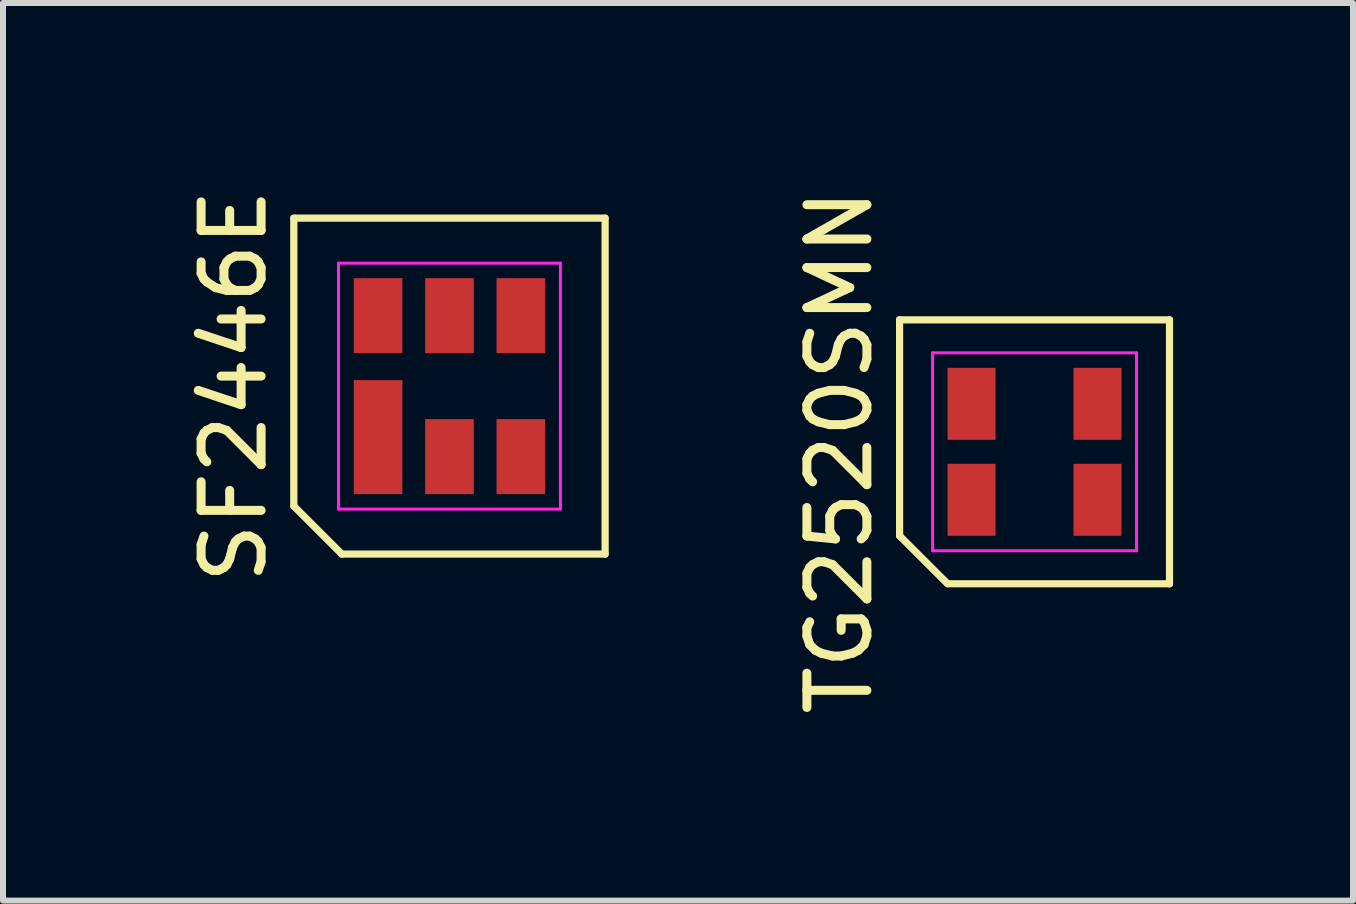
<source format=kicad_pcb>
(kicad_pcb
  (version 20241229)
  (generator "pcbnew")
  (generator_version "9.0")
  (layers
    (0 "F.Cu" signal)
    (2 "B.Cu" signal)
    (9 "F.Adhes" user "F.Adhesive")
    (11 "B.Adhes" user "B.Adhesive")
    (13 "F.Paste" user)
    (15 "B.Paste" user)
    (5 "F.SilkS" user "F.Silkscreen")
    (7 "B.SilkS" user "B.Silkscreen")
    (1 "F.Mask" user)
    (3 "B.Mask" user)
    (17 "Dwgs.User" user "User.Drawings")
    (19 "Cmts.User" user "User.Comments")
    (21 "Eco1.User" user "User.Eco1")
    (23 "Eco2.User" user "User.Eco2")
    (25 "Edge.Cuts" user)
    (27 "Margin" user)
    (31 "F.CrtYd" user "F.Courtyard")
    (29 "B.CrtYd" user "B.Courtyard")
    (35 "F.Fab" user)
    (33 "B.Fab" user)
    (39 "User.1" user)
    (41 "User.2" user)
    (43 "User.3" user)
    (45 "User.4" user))
  (footprint "SF2446E"
    (layer "F.Cu")
    (at 4.443 3.387)
    (property "Reference" "SF2446E" (at -3.595 0 90) (layer "F.SilkS") (effects (font (size 1 1) (thickness 0.15))))
    (attr smd)
    (fp_line (start -2.595 -2.8) (end 2.595 -2.8) (stroke (width 0.12) (type solid)) (layer "F.SilkS"))
    (fp_line (start -2.595 2) (end -2.595 -2.8) (stroke (width 0.12) (type solid)) (layer "F.SilkS"))
    (fp_line (start -1.795 2.8) (end -2.595 2) (stroke (width 0.12) (type solid)) (layer "F.SilkS"))
    (fp_line (start 2.595 -2.8) (end 2.595 2.8) (stroke (width 0.12) (type solid)) (layer "F.SilkS"))
    (fp_line (start 2.595 2.8) (end -1.795 2.8) (stroke (width 0.12) (type solid)) (layer "F.SilkS"))
    (fp_line (start -1.85 -2.05) (end 1.85 -2.05) (stroke (width 0.05) (type solid)) (layer "F.CrtYd"))
    (fp_line (start -1.85 2.05) (end -1.85 -2.05) (stroke (width 0.05) (type solid)) (layer "F.CrtYd"))
    (fp_line (start 1.85 -2.05) (end 1.85 2.05) (stroke (width 0.05) (type solid)) (layer "F.CrtYd"))
    (fp_line (start 1.85 2.05) (end -1.85 2.05) (stroke (width 0.05) (type solid)) (layer "F.CrtYd"))
    (pad "1" smd rect (at -1.19 0.85) (size 0.81 1.9) (layers "F.Cu" "F.Mask" "F.Paste"))
    (pad "2" smd rect (at 0 1.175) (size 0.81 1.25) (layers "F.Cu" "F.Mask" "F.Paste"))
    (pad "3" smd rect (at 1.19 1.175) (size 0.81 1.25) (layers "F.Cu" "F.Mask" "F.Paste"))
    (pad "4" smd rect (at 1.19 -1.175) (size 0.81 1.25) (layers "F.Cu" "F.Mask" "F.Paste"))
    (pad "5" smd rect (at 0 -1.175) (size 0.81 1.25) (layers "F.Cu" "F.Mask" "F.Paste"))
    (pad "6" smd rect (at -1.19 -1.175) (size 0.81 1.25) (layers "F.Cu" "F.Mask" "F.Paste")))
  (footprint "TG2520SMN"
    (layer "F.Cu")
    (at 14.197 4.482)
    (property "Reference" "TG2520SMN" (at -3.25 0 90) (layer "F.SilkS") (effects (font (size 1 1) (thickness 0.15))))
    (attr smd)
    (fp_line (start -2.25 -2.2) (end 2.25 -2.2) (stroke (width 0.12) (type solid)) (layer "F.SilkS"))
    (fp_line (start -2.25 1.4) (end -2.25 -2.2) (stroke (width 0.12) (type solid)) (layer "F.SilkS"))
    (fp_line (start -1.45 2.2) (end -2.25 1.4) (stroke (width 0.12) (type solid)) (layer "F.SilkS"))
    (fp_line (start 2.25 -2.2) (end 2.25 2.2) (stroke (width 0.12) (type solid)) (layer "F.SilkS"))
    (fp_line (start 2.25 2.2) (end -1.45 2.2) (stroke (width 0.12) (type solid)) (layer "F.SilkS"))
    (fp_line (start -1.7 -1.65) (end 1.7 -1.65) (stroke (width 0.05) (type solid)) (layer "F.CrtYd"))
    (fp_line (start -1.7 1.65) (end -1.7 -1.65) (stroke (width 0.05) (type solid)) (layer "F.CrtYd"))
    (fp_line (start 1.7 -1.65) (end 1.7 1.65) (stroke (width 0.05) (type solid)) (layer "F.CrtYd"))
    (fp_line (start 1.7 1.65) (end -1.7 1.65) (stroke (width 0.05) (type solid)) (layer "F.CrtYd"))
    (pad "1" smd rect (at -1.05 0.8) (size 0.8 1.2) (layers "F.Cu" "F.Mask" "F.Paste"))
    (pad "2" smd rect (at 1.05 0.8) (size 0.8 1.2) (layers "F.Cu" "F.Mask" "F.Paste"))
    (pad "3" smd rect (at 1.05 -0.8) (size 0.8 1.2) (layers "F.Cu" "F.Mask" "F.Paste"))
    (pad "4" smd rect (at -1.05 -0.8) (size 0.8 1.2) (layers "F.Cu" "F.Mask" "F.Paste")))
  (gr_rect
    (start -3 -3)
    (end 19.506 11.964)
    (stroke (width 0.1) (type default))
    (fill no)
    (layer "Edge.Cuts")))
</source>
